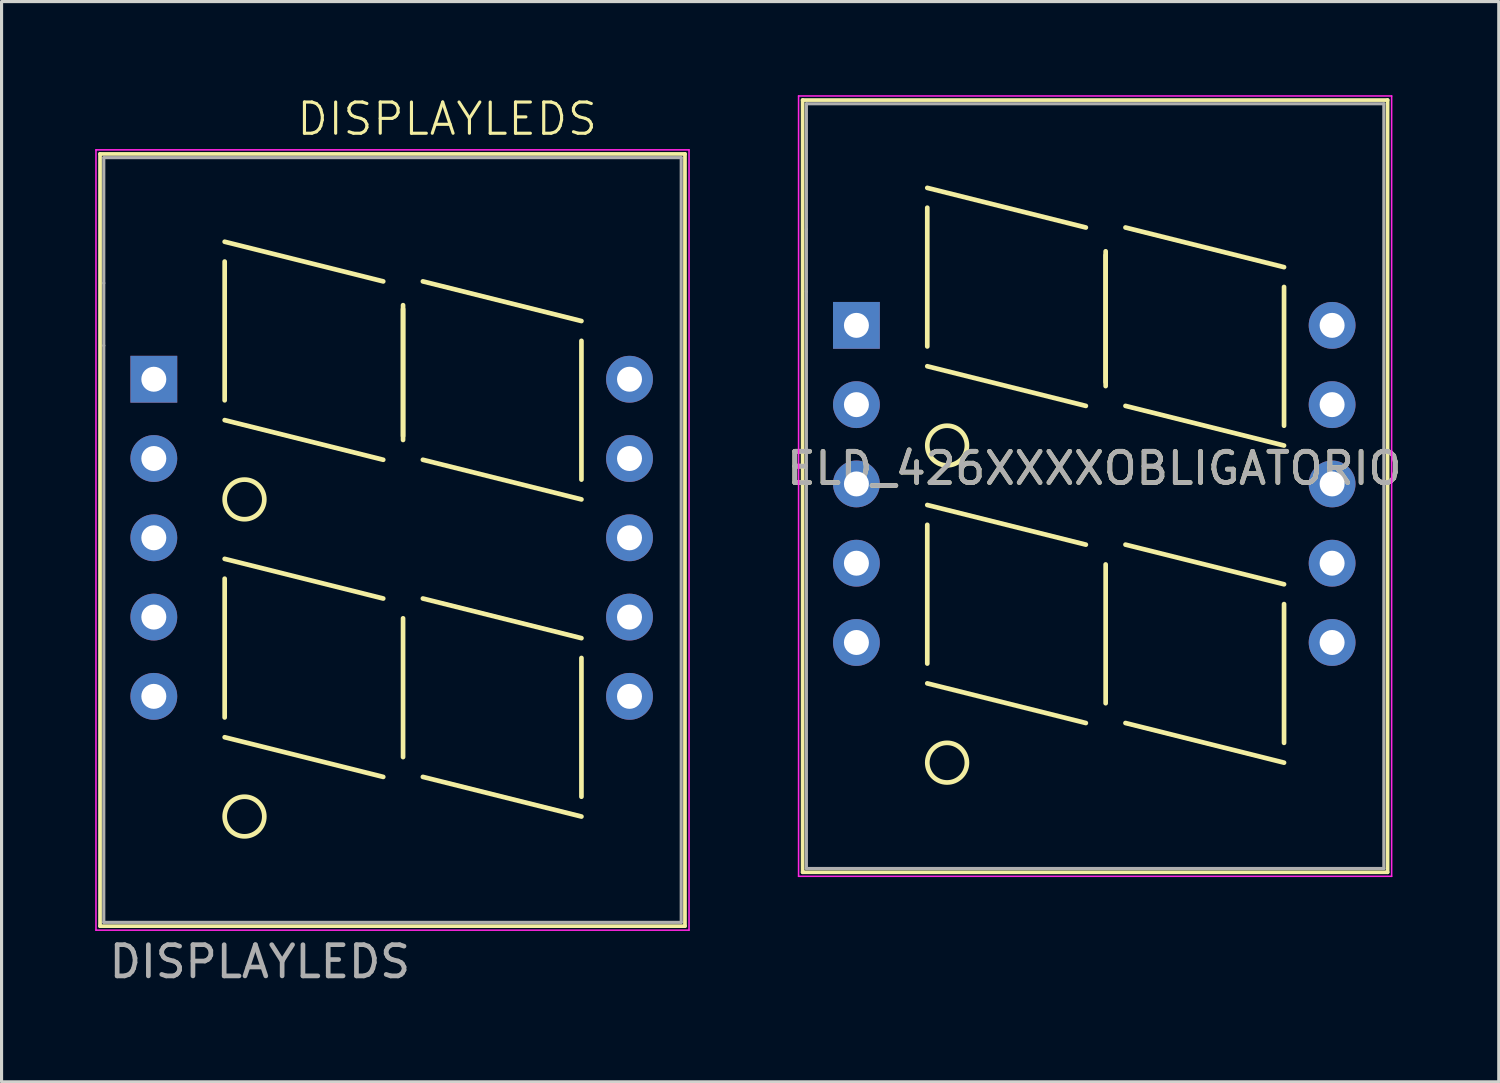
<source format=kicad_pcb>
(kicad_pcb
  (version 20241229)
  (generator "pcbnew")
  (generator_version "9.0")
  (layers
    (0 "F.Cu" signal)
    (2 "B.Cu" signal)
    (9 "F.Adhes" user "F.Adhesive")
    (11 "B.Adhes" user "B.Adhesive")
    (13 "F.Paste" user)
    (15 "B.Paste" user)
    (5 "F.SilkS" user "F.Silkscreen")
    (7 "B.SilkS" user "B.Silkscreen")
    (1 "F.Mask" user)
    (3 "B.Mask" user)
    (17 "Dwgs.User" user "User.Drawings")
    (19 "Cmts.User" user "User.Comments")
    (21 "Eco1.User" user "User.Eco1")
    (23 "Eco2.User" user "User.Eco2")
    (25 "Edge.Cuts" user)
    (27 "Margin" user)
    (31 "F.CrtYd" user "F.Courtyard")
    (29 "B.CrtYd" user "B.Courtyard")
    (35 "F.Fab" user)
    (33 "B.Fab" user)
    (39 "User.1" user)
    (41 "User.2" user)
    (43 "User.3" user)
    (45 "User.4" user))
  (footprint "DISPLAYLEDS"
    (layer "F.Cu")
    (at 9.275 13.261)
    (property "Reference" "DISPLAYLEDS" (at 2 -12.5 0) (unlocked yes) (layer "F.SilkS") (effects (font (size 1 1) (thickness 0.1))))
    (attr smd)
    (fp_line (start -9.12 -11.38) (end 9.62 -11.38) (stroke (width 0.12) (type solid)) (layer "F.SilkS"))
    (fp_line (start -9.12 13.36) (end -9.12 -11.38) (stroke (width 0.12) (type solid)) (layer "F.SilkS"))
    (fp_line (start -5.127 -7.931) (end -5.127 -3.486) (stroke (width 0.15) (type solid)) (layer "F.SilkS"))
    (fp_line (start -5.127 1.594) (end -0.047 2.864) (stroke (width 0.15) (type solid)) (layer "F.SilkS"))
    (fp_line (start -5.127 2.229) (end -5.127 6.674) (stroke (width 0.15) (type solid)) (layer "F.SilkS"))
    (fp_line (start -0.047 -7.296) (end -5.127 -8.566) (stroke (width 0.15) (type solid)) (layer "F.SilkS"))
    (fp_line (start -0.047 -1.581) (end -5.127 -2.851) (stroke (width 0.15) (type solid)) (layer "F.SilkS"))
    (fp_line (start -0.047 8.579) (end -5.127 7.309) (stroke (width 0.15) (type solid)) (layer "F.SilkS"))
    (fp_line (start 0.588 -6.534) (end 0.588 -2.216) (stroke (width 0.15) (type solid)) (layer "F.SilkS"))
    (fp_line (start 0.588 -6.407) (end 0.588 -2.343) (stroke (width 0.15) (type solid)) (layer "F.SilkS"))
    (fp_line (start 0.588 3.499) (end 0.588 7.944) (stroke (width 0.15) (type solid)) (layer "F.SilkS"))
    (fp_line (start 1.223 -7.296) (end 6.303 -6.026) (stroke (width 0.15) (type solid)) (layer "F.SilkS"))
    (fp_line (start 1.223 -1.581) (end 6.303 -0.311) (stroke (width 0.15) (type solid)) (layer "F.SilkS"))
    (fp_line (start 1.223 2.864) (end 6.303 4.134) (stroke (width 0.15) (type solid)) (layer "F.SilkS"))
    (fp_line (start 1.223 8.579) (end 6.303 9.849) (stroke (width 0.15) (type solid)) (layer "F.SilkS"))
    (fp_line (start 6.303 -5.391) (end 6.303 -0.946) (stroke (width 0.15) (type solid)) (layer "F.SilkS"))
    (fp_line (start 6.303 4.769) (end 6.303 9.214) (stroke (width 0.15) (type solid)) (layer "F.SilkS"))
    (fp_line (start 9.62 -11.38) (end 9.62 13.36) (stroke (width 0.12) (type solid)) (layer "F.SilkS"))
    (fp_line (start 9.62 13.36) (end -9.12 13.36) (stroke (width 0.12) (type solid)) (layer "F.SilkS"))
    (fp_circle (center -4.492 -0.311) (end -4.492 0.324) (stroke (width 0.15) (type solid)) (fill no) (layer "F.SilkS"))
    (fp_circle (center -4.492 9.849) (end -4.492 10.484) (stroke (width 0.15) (type solid)) (fill no) (layer "F.SilkS"))
    (fp_line (start -9.25 -11.51) (end 9.75 -11.51) (stroke (width 0.05) (type solid)) (layer "F.CrtYd"))
    (fp_line (start -9.25 13.49) (end -9.25 -11.51) (stroke (width 0.05) (type solid)) (layer "F.CrtYd"))
    (fp_line (start 9.75 -11.51) (end 9.75 13.49) (stroke (width 0.05) (type solid)) (layer "F.CrtYd"))
    (fp_line (start 9.75 13.49) (end -9.25 13.49) (stroke (width 0.05) (type solid)) (layer "F.CrtYd"))
    (fp_line (start -9 -11.26) (end 9.5 -11.26) (stroke (width 0.1) (type solid)) (layer "F.Fab"))
    (fp_line (start -9 -7.24) (end -9 -11.26) (stroke (width 0.1) (type solid)) (layer "F.Fab"))
    (fp_line (start -9 -5.24) (end -9 -7.24) (stroke (width 0.1) (type solid)) (layer "F.Fab"))
    (fp_line (start -9 13.24) (end -9 -5.24) (stroke (width 0.1) (type solid)) (layer "F.Fab"))
    (fp_line (start 9.5 -11.26) (end 9.5 13.24) (stroke (width 0.1) (type solid)) (layer "F.Fab"))
    (fp_line (start 9.5 13.24) (end -9 13.24) (stroke (width 0.1) (type solid)) (layer "F.Fab"))
    (fp_text user "${REFERENCE}" (at -4 14.5 0) (unlocked yes) (layer "F.Fab") (effects (font (size 1 1) (thickness 0.15))))
    (pad "1" thru_hole rect (at -7.397 -4.161) (size 1.5 1.5) (drill 0.8) (layers "*.Cu" "*.Mask"))
    (pad "2" thru_hole circle (at -7.397 -1.621) (size 1.5 1.5) (drill 0.8) (layers "*.Cu" "*.Mask"))
    (pad "3" thru_hole circle (at -7.397 0.919) (size 1.5 1.5) (drill 0.8) (layers "*.Cu" "*.Mask"))
    (pad "4" thru_hole circle (at -7.397 3.459) (size 1.5 1.5) (drill 0.8) (layers "*.Cu" "*.Mask"))
    (pad "5" thru_hole circle (at -7.397 5.999) (size 1.5 1.5) (drill 0.8) (layers "*.Cu" "*.Mask"))
    (pad "6" thru_hole circle (at 7.843 5.999) (size 1.5 1.5) (drill 0.8) (layers "*.Cu" "*.Mask"))
    (pad "7" thru_hole circle (at 7.843 3.459) (size 1.5 1.5) (drill 0.8) (layers "*.Cu" "*.Mask"))
    (pad "8" thru_hole circle (at 7.843 0.919) (size 1.5 1.5) (drill 0.8) (layers "*.Cu" "*.Mask"))
    (pad "9" thru_hole circle (at 7.843 -1.621) (size 1.5 1.5) (drill 0.8) (layers "*.Cu" "*.Mask"))
    (pad "10" thru_hole circle (at 7.843 -4.161) (size 1.5 1.5) (drill 0.8) (layers "*.Cu" "*.Mask")))
  (footprint "ELD_426XXXXOBLIGATORIO"
    (layer "F.Cu")
    (at 32.008 12.454)
    (property "Reference" "ELD_426XXXXOBLIGATORIO" (at 0 -0.5 0) (layer "F.SilkS") (effects (font (size 1 1) (thickness 0.15))))
    (attr through_hole)
    (fp_line (start -9.343 -12.299) (end 9.397 -12.299) (stroke (width 0.12) (type solid)) (layer "F.SilkS"))
    (fp_line (start -9.343 12.441) (end -9.343 -12.299) (stroke (width 0.12) (type solid)) (layer "F.SilkS"))
    (fp_line (start -5.35 -8.85) (end -5.35 -4.405) (stroke (width 0.15) (type solid)) (layer "F.SilkS"))
    (fp_line (start -5.35 0.675) (end -0.27 1.945) (stroke (width 0.15) (type solid)) (layer "F.SilkS"))
    (fp_line (start -5.35 1.31) (end -5.35 5.755) (stroke (width 0.15) (type solid)) (layer "F.SilkS"))
    (fp_line (start -0.27 -8.215) (end -5.35 -9.485) (stroke (width 0.15) (type solid)) (layer "F.SilkS"))
    (fp_line (start -0.27 -2.5) (end -5.35 -3.77) (stroke (width 0.15) (type solid)) (layer "F.SilkS"))
    (fp_line (start -0.27 7.66) (end -5.35 6.39) (stroke (width 0.15) (type solid)) (layer "F.SilkS"))
    (fp_line (start 0.365 -7.453) (end 0.365 -3.135) (stroke (width 0.15) (type solid)) (layer "F.SilkS"))
    (fp_line (start 0.365 -7.326) (end 0.365 -3.262) (stroke (width 0.15) (type solid)) (layer "F.SilkS"))
    (fp_line (start 0.365 2.58) (end 0.365 7.025) (stroke (width 0.15) (type solid)) (layer "F.SilkS"))
    (fp_line (start 1 -8.215) (end 6.08 -6.945) (stroke (width 0.15) (type solid)) (layer "F.SilkS"))
    (fp_line (start 1 -2.5) (end 6.08 -1.23) (stroke (width 0.15) (type solid)) (layer "F.SilkS"))
    (fp_line (start 1 1.945) (end 6.08 3.215) (stroke (width 0.15) (type solid)) (layer "F.SilkS"))
    (fp_line (start 1 7.66) (end 6.08 8.93) (stroke (width 0.15) (type solid)) (layer "F.SilkS"))
    (fp_line (start 6.08 -6.31) (end 6.08 -1.865) (stroke (width 0.15) (type solid)) (layer "F.SilkS"))
    (fp_line (start 6.08 3.85) (end 6.08 8.295) (stroke (width 0.15) (type solid)) (layer "F.SilkS"))
    (fp_line (start 9.397 -12.299) (end 9.397 12.441) (stroke (width 0.12) (type solid)) (layer "F.SilkS"))
    (fp_line (start 9.397 12.441) (end -9.343 12.441) (stroke (width 0.12) (type solid)) (layer "F.SilkS"))
    (fp_circle (center -4.715 -1.23) (end -4.715 -0.595) (stroke (width 0.15) (type solid)) (fill no) (layer "F.SilkS"))
    (fp_circle (center -4.715 8.93) (end -4.715 9.565) (stroke (width 0.15) (type solid)) (fill no) (layer "F.SilkS"))
    (fp_line (start -9.473 -12.429) (end 9.527 -12.429) (stroke (width 0.05) (type solid)) (layer "F.CrtYd"))
    (fp_line (start -9.473 12.571) (end -9.473 -12.429) (stroke (width 0.05) (type solid)) (layer "F.CrtYd"))
    (fp_line (start 9.527 -12.429) (end 9.527 12.571) (stroke (width 0.05) (type solid)) (layer "F.CrtYd"))
    (fp_line (start 9.527 12.571) (end -9.473 12.571) (stroke (width 0.05) (type solid)) (layer "F.CrtYd"))
    (fp_line (start -9.223 -12.179) (end 9.277 -12.179) (stroke (width 0.1) (type solid)) (layer "F.Fab"))
    (fp_line (start -9.223 -8.159) (end -9.223 -12.179) (stroke (width 0.1) (type solid)) (layer "F.Fab"))
    (fp_line (start -9.223 -6.159) (end -9.223 -8.159) (stroke (width 0.1) (type solid)) (layer "F.Fab"))
    (fp_line (start -9.223 12.321) (end -9.223 -6.159) (stroke (width 0.1) (type solid)) (layer "F.Fab"))
    (fp_line (start 9.277 -12.179) (end 9.277 12.321) (stroke (width 0.1) (type solid)) (layer "F.Fab"))
    (fp_line (start 9.277 12.321) (end -9.223 12.321) (stroke (width 0.1) (type solid)) (layer "F.Fab"))
    (fp_text user "${REFERENCE}" (at 0 -0.5 0) (layer "F.Fab") (effects (font (size 1 1) (thickness 0.15))))
    (pad "1" thru_hole rect (at -7.62 -5.08) (size 1.5 1.5) (drill 0.8) (layers "*.Cu" "*.Mask"))
    (pad "2" thru_hole circle (at -7.62 -2.54) (size 1.5 1.5) (drill 0.8) (layers "*.Cu" "*.Mask"))
    (pad "3" thru_hole circle (at -7.62 0) (size 1.5 1.5) (drill 0.8) (layers "*.Cu" "*.Mask"))
    (pad "4" thru_hole circle (at -7.62 2.54) (size 1.5 1.5) (drill 0.8) (layers "*.Cu" "*.Mask"))
    (pad "5" thru_hole circle (at -7.62 5.08) (size 1.5 1.5) (drill 0.8) (layers "*.Cu" "*.Mask"))
    (pad "6" thru_hole circle (at 7.62 5.08) (size 1.5 1.5) (drill 0.8) (layers "*.Cu" "*.Mask"))
    (pad "7" thru_hole circle (at 7.62 2.54) (size 1.5 1.5) (drill 0.8) (layers "*.Cu" "*.Mask"))
    (pad "8" thru_hole circle (at 7.62 0) (size 1.5 1.5) (drill 0.8) (layers "*.Cu" "*.Mask"))
    (pad "9" thru_hole circle (at 7.62 -2.54) (size 1.5 1.5) (drill 0.8) (layers "*.Cu" "*.Mask"))
    (pad "10" thru_hole circle (at 7.62 -5.08) (size 1.5 1.5) (drill 0.8) (layers "*.Cu" "*.Mask")))
  (gr_rect
    (start -3 -3)
    (end 44.967 31.609)
    (stroke (width 0.1) (type default))
    (fill no)
    (layer "Edge.Cuts")))
</source>
